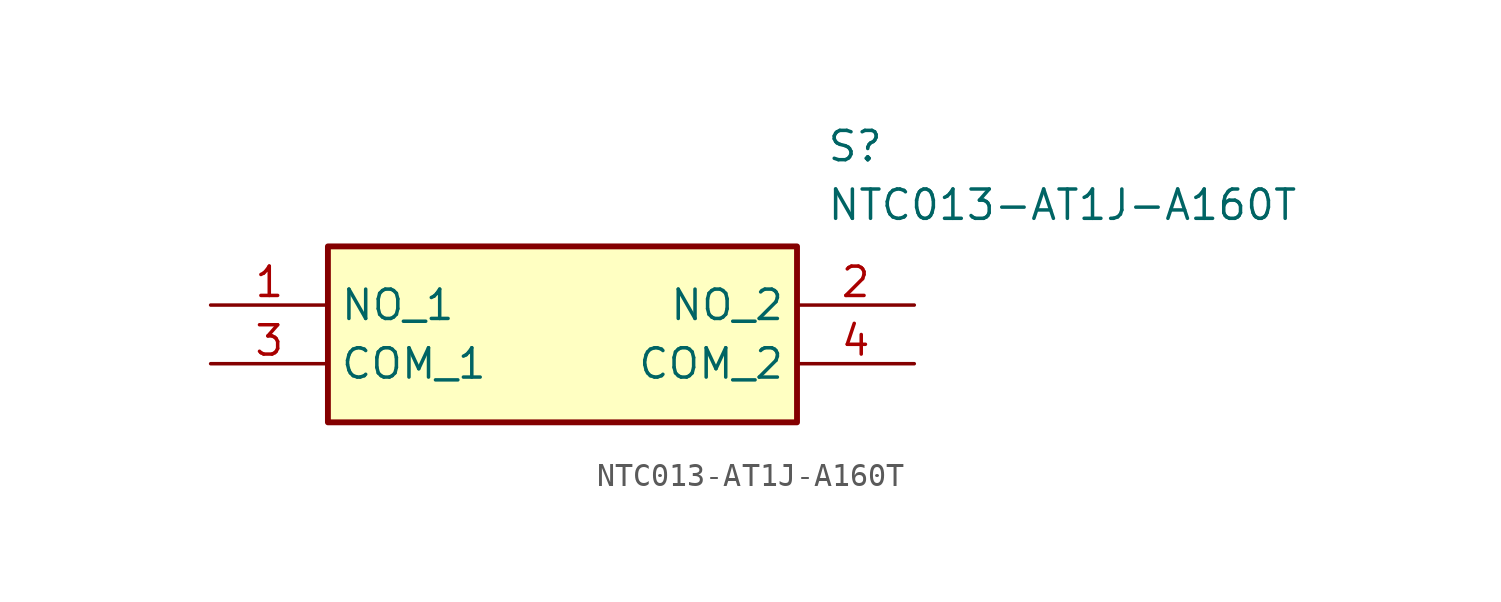
<source format=kicad_sym>
(kicad_symbol_lib
  (version 20211014)
  (generator SamacSys_ECAD_Model)
  (symbol "NTC013-AT1J-A160T"
    (property "Reference" "S"
      (at 26.67 7.62 0)
      (effects (font (size 1.27 1.27)) (justify left top)))
    (property "Value" "NTC013-AT1J-A160T"
      (at 26.67 5.08 0)
      (effects (font (size 1.27 1.27)) (justify left top)))
    (rectangle
      (start 5.08 2.54)
      (end 25.4 -5.08)
      (stroke (width 0.254) (type default))
      (fill (type background)))
    (pin passive line
      (at 0 0 0)
      (length 5.08)
      (name "NO_1" (effects (font (size 1.27 1.27))))
      (number "1" (effects (font (size 1.27 1.27)))))
    (pin passive line
      (at 30.48 0 180)
      (length 5.08)
      (name "NO_2" (effects (font (size 1.27 1.27))))
      (number "2" (effects (font (size 1.27 1.27)))))
    (pin passive line
      (at 0 -2.54 0)
      (length 5.08)
      (name "COM_1" (effects (font (size 1.27 1.27))))
      (number "3" (effects (font (size 1.27 1.27)))))
    (pin passive line
      (at 30.48 -2.54 180)
      (length 5.08)
      (name "COM_2" (effects (font (size 1.27 1.27))))
      (number "4" (effects (font (size 1.27 1.27)))))))
</source>
